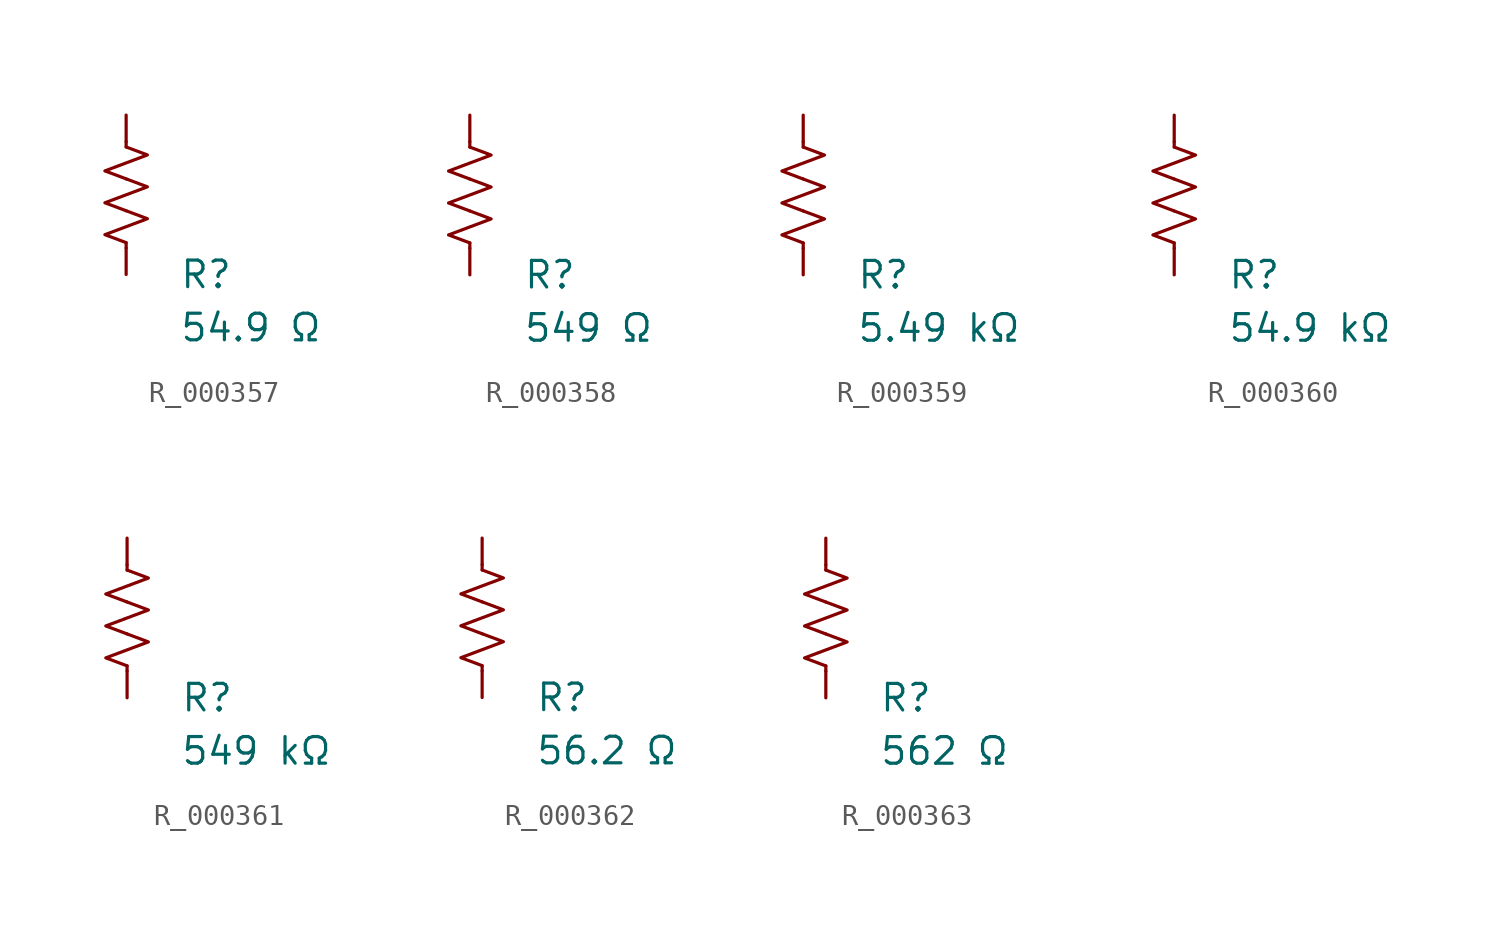
<source format=kicad_sym>
(kicad_symbol_lib
  (version 20231120)
  (generator "kicad_symbol_editor")
  (generator_version "8.0")
  (symbol "R_000357"
    (pin_numbers hide)
    (pin_names
      (offset 0))
    (property "Reference" "R"
      (at 2.54 -3.81 0)
      (effects (font (size 1.27 1.27)) (justify left))
      (show_name no))
    (property "Value" "54.9 Ω"
      (at 2.54 -6.35 0)
      (effects (font (size 1.27 1.27)) (justify left))
      (show_name no))
    (symbol "R_000357_0_1"
      (polyline (pts (xy 0 -2.286) (xy 0 -2.54)) (stroke (width 0) (type default)) (fill (type none)))
      (polyline (pts (xy 0 2.286) (xy 0 2.54)) (stroke (width 0) (type default)) (fill (type none)))
      (polyline (pts (xy 0 -0.762) (xy 1.016 -1.143) (xy 0 -1.524) (xy -1.016 -1.905) (xy 0 -2.286)) (stroke (width 0) (type default)) (fill (type none)))
      (polyline (pts (xy 0 0.762) (xy 1.016 0.381) (xy 0 0) (xy -1.016 -0.381) (xy 0 -0.762)) (stroke (width 0) (type default)) (fill (type none)))
      (polyline (pts (xy 0 2.286) (xy 1.016 1.905) (xy 0 1.524) (xy -1.016 1.143) (xy 0 0.762)) (stroke (width 0) (type default)) (fill (type none))))
    (symbol "R_000357_1_1"
      (pin passive line (at 0 3.81 270) (length 1.27) (name "~" (effects (font (size 1.27 1.27)))) (number "1" (effects (font (size 1.27 1.27)))))
      (pin passive line (at 0 -3.81 90) (length 1.27) (name "~" (effects (font (size 1.27 1.27)))) (number "2" (effects (font (size 1.27 1.27)))))))
  (symbol "R_000358"
    (pin_numbers hide)
    (pin_names
      (offset 0))
    (property "Reference" "R"
      (at 2.54 -3.81 0)
      (effects (font (size 1.27 1.27)) (justify left))
      (show_name no))
    (property "Value" "549 Ω"
      (at 2.54 -6.35 0)
      (effects (font (size 1.27 1.27)) (justify left))
      (show_name no))
    (symbol "R_000358_0_1"
      (polyline (pts (xy 0 -2.286) (xy 0 -2.54)) (stroke (width 0) (type default)) (fill (type none)))
      (polyline (pts (xy 0 2.286) (xy 0 2.54)) (stroke (width 0) (type default)) (fill (type none)))
      (polyline (pts (xy 0 -0.762) (xy 1.016 -1.143) (xy 0 -1.524) (xy -1.016 -1.905) (xy 0 -2.286)) (stroke (width 0) (type default)) (fill (type none)))
      (polyline (pts (xy 0 0.762) (xy 1.016 0.381) (xy 0 0) (xy -1.016 -0.381) (xy 0 -0.762)) (stroke (width 0) (type default)) (fill (type none)))
      (polyline (pts (xy 0 2.286) (xy 1.016 1.905) (xy 0 1.524) (xy -1.016 1.143) (xy 0 0.762)) (stroke (width 0) (type default)) (fill (type none))))
    (symbol "R_000358_1_1"
      (pin passive line (at 0 3.81 270) (length 1.27) (name "~" (effects (font (size 1.27 1.27)))) (number "1" (effects (font (size 1.27 1.27)))))
      (pin passive line (at 0 -3.81 90) (length 1.27) (name "~" (effects (font (size 1.27 1.27)))) (number "2" (effects (font (size 1.27 1.27)))))))
  (symbol "R_000359"
    (pin_numbers hide)
    (pin_names
      (offset 0))
    (property "Reference" "R"
      (at 2.54 -3.81 0)
      (effects (font (size 1.27 1.27)) (justify left))
      (show_name no))
    (property "Value" "5.49 kΩ"
      (at 2.54 -6.35 0)
      (effects (font (size 1.27 1.27)) (justify left))
      (show_name no))
    (symbol "R_000359_0_1"
      (polyline (pts (xy 0 -2.286) (xy 0 -2.54)) (stroke (width 0) (type default)) (fill (type none)))
      (polyline (pts (xy 0 2.286) (xy 0 2.54)) (stroke (width 0) (type default)) (fill (type none)))
      (polyline (pts (xy 0 -0.762) (xy 1.016 -1.143) (xy 0 -1.524) (xy -1.016 -1.905) (xy 0 -2.286)) (stroke (width 0) (type default)) (fill (type none)))
      (polyline (pts (xy 0 0.762) (xy 1.016 0.381) (xy 0 0) (xy -1.016 -0.381) (xy 0 -0.762)) (stroke (width 0) (type default)) (fill (type none)))
      (polyline (pts (xy 0 2.286) (xy 1.016 1.905) (xy 0 1.524) (xy -1.016 1.143) (xy 0 0.762)) (stroke (width 0) (type default)) (fill (type none))))
    (symbol "R_000359_1_1"
      (pin passive line (at 0 3.81 270) (length 1.27) (name "~" (effects (font (size 1.27 1.27)))) (number "1" (effects (font (size 1.27 1.27)))))
      (pin passive line (at 0 -3.81 90) (length 1.27) (name "~" (effects (font (size 1.27 1.27)))) (number "2" (effects (font (size 1.27 1.27)))))))
  (symbol "R_000360"
    (pin_numbers hide)
    (pin_names
      (offset 0))
    (property "Reference" "R"
      (at 2.54 -3.81 0)
      (effects (font (size 1.27 1.27)) (justify left))
      (show_name no))
    (property "Value" "54.9 kΩ"
      (at 2.54 -6.35 0)
      (effects (font (size 1.27 1.27)) (justify left))
      (show_name no))
    (symbol "R_000360_0_1"
      (polyline (pts (xy 0 -2.286) (xy 0 -2.54)) (stroke (width 0) (type default)) (fill (type none)))
      (polyline (pts (xy 0 2.286) (xy 0 2.54)) (stroke (width 0) (type default)) (fill (type none)))
      (polyline (pts (xy 0 -0.762) (xy 1.016 -1.143) (xy 0 -1.524) (xy -1.016 -1.905) (xy 0 -2.286)) (stroke (width 0) (type default)) (fill (type none)))
      (polyline (pts (xy 0 0.762) (xy 1.016 0.381) (xy 0 0) (xy -1.016 -0.381) (xy 0 -0.762)) (stroke (width 0) (type default)) (fill (type none)))
      (polyline (pts (xy 0 2.286) (xy 1.016 1.905) (xy 0 1.524) (xy -1.016 1.143) (xy 0 0.762)) (stroke (width 0) (type default)) (fill (type none))))
    (symbol "R_000360_1_1"
      (pin passive line (at 0 3.81 270) (length 1.27) (name "~" (effects (font (size 1.27 1.27)))) (number "1" (effects (font (size 1.27 1.27)))))
      (pin passive line (at 0 -3.81 90) (length 1.27) (name "~" (effects (font (size 1.27 1.27)))) (number "2" (effects (font (size 1.27 1.27)))))))
  (symbol "R_000361"
    (pin_numbers hide)
    (pin_names
      (offset 0))
    (property "Reference" "R"
      (at 2.54 -3.81 0)
      (effects (font (size 1.27 1.27)) (justify left))
      (show_name no))
    (property "Value" "549 kΩ"
      (at 2.54 -6.35 0)
      (effects (font (size 1.27 1.27)) (justify left))
      (show_name no))
    (symbol "R_000361_0_1"
      (polyline (pts (xy 0 -2.286) (xy 0 -2.54)) (stroke (width 0) (type default)) (fill (type none)))
      (polyline (pts (xy 0 2.286) (xy 0 2.54)) (stroke (width 0) (type default)) (fill (type none)))
      (polyline (pts (xy 0 -0.762) (xy 1.016 -1.143) (xy 0 -1.524) (xy -1.016 -1.905) (xy 0 -2.286)) (stroke (width 0) (type default)) (fill (type none)))
      (polyline (pts (xy 0 0.762) (xy 1.016 0.381) (xy 0 0) (xy -1.016 -0.381) (xy 0 -0.762)) (stroke (width 0) (type default)) (fill (type none)))
      (polyline (pts (xy 0 2.286) (xy 1.016 1.905) (xy 0 1.524) (xy -1.016 1.143) (xy 0 0.762)) (stroke (width 0) (type default)) (fill (type none))))
    (symbol "R_000361_1_1"
      (pin passive line (at 0 3.81 270) (length 1.27) (name "~" (effects (font (size 1.27 1.27)))) (number "1" (effects (font (size 1.27 1.27)))))
      (pin passive line (at 0 -3.81 90) (length 1.27) (name "~" (effects (font (size 1.27 1.27)))) (number "2" (effects (font (size 1.27 1.27)))))))
  (symbol "R_000362"
    (pin_numbers hide)
    (pin_names
      (offset 0))
    (property "Reference" "R"
      (at 2.54 -3.81 0)
      (effects (font (size 1.27 1.27)) (justify left))
      (show_name no))
    (property "Value" "56.2 Ω"
      (at 2.54 -6.35 0)
      (effects (font (size 1.27 1.27)) (justify left))
      (show_name no))
    (symbol "R_000362_0_1"
      (polyline (pts (xy 0 -2.286) (xy 0 -2.54)) (stroke (width 0) (type default)) (fill (type none)))
      (polyline (pts (xy 0 2.286) (xy 0 2.54)) (stroke (width 0) (type default)) (fill (type none)))
      (polyline (pts (xy 0 -0.762) (xy 1.016 -1.143) (xy 0 -1.524) (xy -1.016 -1.905) (xy 0 -2.286)) (stroke (width 0) (type default)) (fill (type none)))
      (polyline (pts (xy 0 0.762) (xy 1.016 0.381) (xy 0 0) (xy -1.016 -0.381) (xy 0 -0.762)) (stroke (width 0) (type default)) (fill (type none)))
      (polyline (pts (xy 0 2.286) (xy 1.016 1.905) (xy 0 1.524) (xy -1.016 1.143) (xy 0 0.762)) (stroke (width 0) (type default)) (fill (type none))))
    (symbol "R_000362_1_1"
      (pin passive line (at 0 3.81 270) (length 1.27) (name "~" (effects (font (size 1.27 1.27)))) (number "1" (effects (font (size 1.27 1.27)))))
      (pin passive line (at 0 -3.81 90) (length 1.27) (name "~" (effects (font (size 1.27 1.27)))) (number "2" (effects (font (size 1.27 1.27)))))))
  (symbol "R_000363"
    (pin_numbers hide)
    (pin_names
      (offset 0))
    (property "Reference" "R"
      (at 2.54 -3.81 0)
      (effects (font (size 1.27 1.27)) (justify left))
      (show_name no))
    (property "Value" "562 Ω"
      (at 2.54 -6.35 0)
      (effects (font (size 1.27 1.27)) (justify left))
      (show_name no))
    (symbol "R_000363_0_1"
      (polyline (pts (xy 0 -2.286) (xy 0 -2.54)) (stroke (width 0) (type default)) (fill (type none)))
      (polyline (pts (xy 0 2.286) (xy 0 2.54)) (stroke (width 0) (type default)) (fill (type none)))
      (polyline (pts (xy 0 -0.762) (xy 1.016 -1.143) (xy 0 -1.524) (xy -1.016 -1.905) (xy 0 -2.286)) (stroke (width 0) (type default)) (fill (type none)))
      (polyline (pts (xy 0 0.762) (xy 1.016 0.381) (xy 0 0) (xy -1.016 -0.381) (xy 0 -0.762)) (stroke (width 0) (type default)) (fill (type none)))
      (polyline (pts (xy 0 2.286) (xy 1.016 1.905) (xy 0 1.524) (xy -1.016 1.143) (xy 0 0.762)) (stroke (width 0) (type default)) (fill (type none))))
    (symbol "R_000363_1_1"
      (pin passive line (at 0 3.81 270) (length 1.27) (name "~" (effects (font (size 1.27 1.27)))) (number "1" (effects (font (size 1.27 1.27)))))
      (pin passive line (at 0 -3.81 90) (length 1.27) (name "~" (effects (font (size 1.27 1.27)))) (number "2" (effects (font (size 1.27 1.27))))))))
</source>
